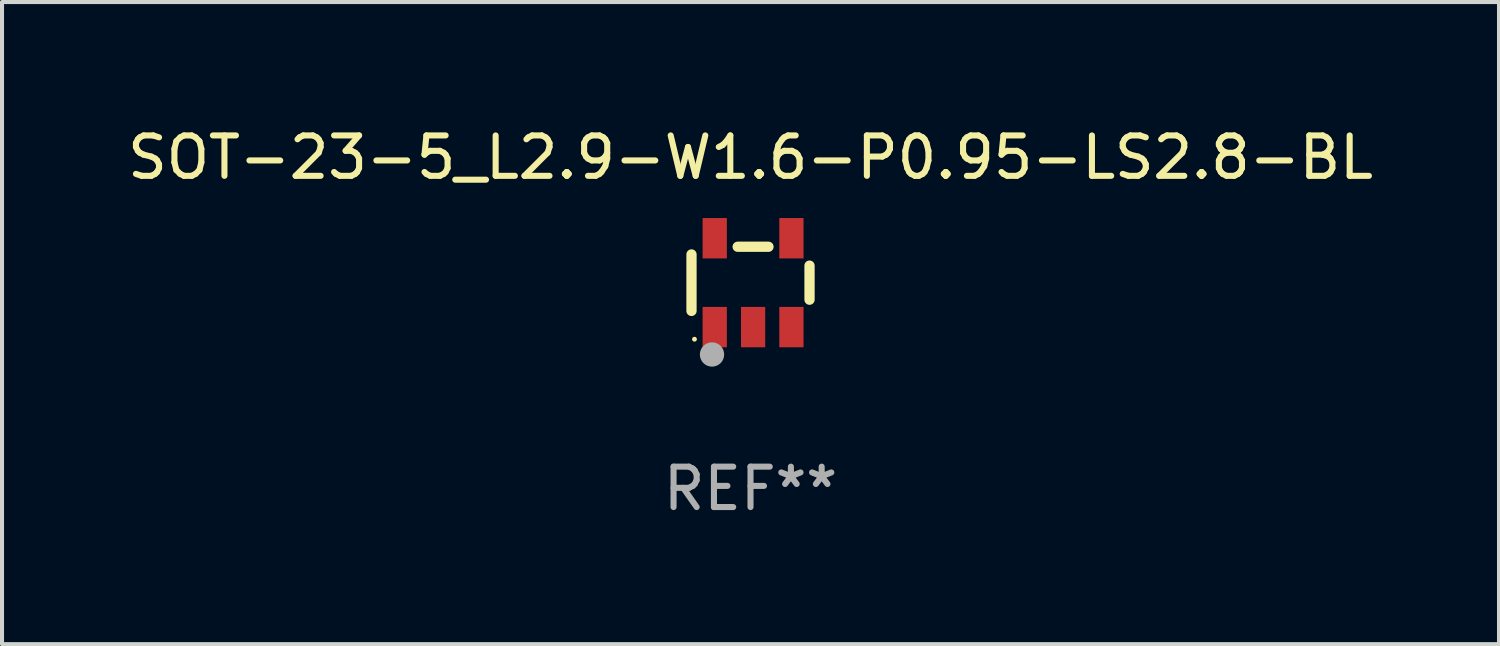
<source format=kicad_pcb>
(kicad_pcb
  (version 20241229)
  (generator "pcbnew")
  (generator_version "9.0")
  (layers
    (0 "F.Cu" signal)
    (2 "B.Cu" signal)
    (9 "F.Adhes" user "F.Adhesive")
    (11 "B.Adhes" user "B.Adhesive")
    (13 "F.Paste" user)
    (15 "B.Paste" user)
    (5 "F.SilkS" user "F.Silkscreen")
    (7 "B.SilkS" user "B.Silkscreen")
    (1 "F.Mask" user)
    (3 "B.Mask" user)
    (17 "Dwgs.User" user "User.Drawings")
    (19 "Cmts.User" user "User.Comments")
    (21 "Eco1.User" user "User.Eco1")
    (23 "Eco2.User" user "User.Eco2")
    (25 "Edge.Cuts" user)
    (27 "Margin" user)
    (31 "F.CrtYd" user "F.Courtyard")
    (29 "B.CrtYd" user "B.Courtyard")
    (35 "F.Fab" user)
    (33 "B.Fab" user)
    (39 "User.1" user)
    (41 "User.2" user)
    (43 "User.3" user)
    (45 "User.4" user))
  (footprint "SOT-23-5_L2.9-W1.6-P0.95-LS2.8-BL"
    (layer "F.Cu")
    (at 15.53 3.948)
    (property "Reference" "SOT-23-5_L2.9-W1.6-P0.95-LS2.8-BL" (at 0 -3.1 0) (layer "F.SilkS") (effects (font (size 1 1) (thickness 0.15))))
    (attr through_hole)
    (fp_line (start -1.461 -0.699) (end -1.461 0.699) (stroke (width 0.254) (type solid)) (layer "F.SilkS"))
    (fp_line (start -0.318 -0.889) (end 0.445 -0.889) (stroke (width 0.254) (type solid)) (layer "F.SilkS"))
    (fp_line (start 1.461 -0.422) (end 1.461 0.422) (stroke (width 0.254) (type solid)) (layer "F.SilkS"))
    (fp_circle (center -1.387 1.4) (end -1.357 1.4) (stroke (width 0.06) (type solid)) (fill no) (layer "F.SilkS"))
    (fp_circle (center -0.953 1.778) (end -0.802 1.778) (stroke (width 0.3) (type solid)) (fill no) (layer "F.Fab"))
    (fp_text user "REF**" (at 0 5.1 0) (layer "F.Fab") (effects (font (size 1 1) (thickness 0.15))))
    (pad "1" smd rect (at -0.886 1.1) (size 0.6 1) (layers "F.Cu" "F.Mask" "F.Paste"))
    (pad "2" smd rect (at 0.064 1.1) (size 0.6 1) (layers "F.Cu" "F.Mask" "F.Paste"))
    (pad "3" smd rect (at 1.013 1.1) (size 0.6 1) (layers "F.Cu" "F.Mask" "F.Paste"))
    (pad "4" smd rect (at 1.013 -1.1) (size 0.6 1) (layers "F.Cu" "F.Mask" "F.Paste"))
    (pad "5" smd rect (at -0.886 -1.1) (size 0.6 1) (layers "F.Cu" "F.Mask" "F.Paste")))
  (gr_rect
    (start -3 -3)
    (end 34.06 12.897)
    (stroke (width 0.1) (type default))
    (fill no)
    (layer "Edge.Cuts")))
</source>
